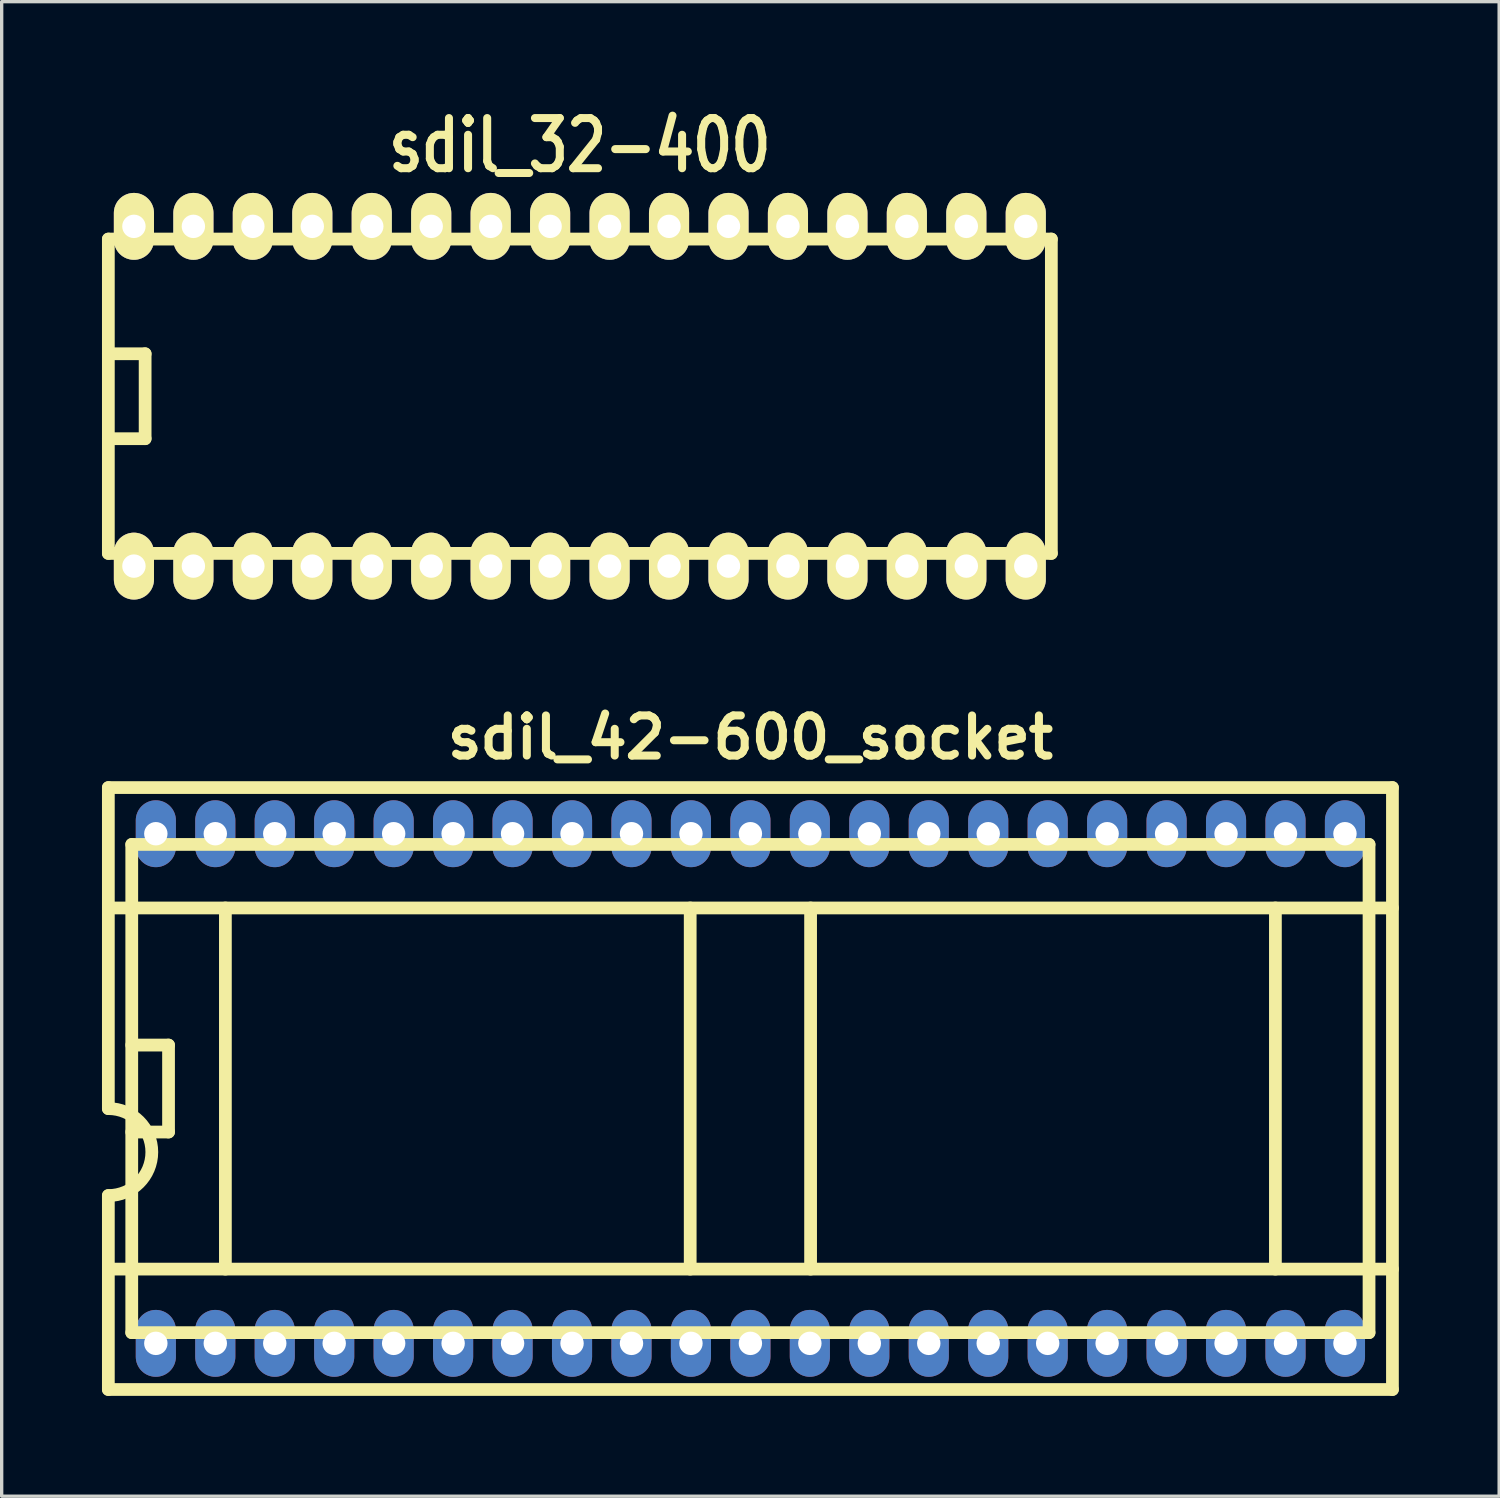
<source format=kicad_pcb>
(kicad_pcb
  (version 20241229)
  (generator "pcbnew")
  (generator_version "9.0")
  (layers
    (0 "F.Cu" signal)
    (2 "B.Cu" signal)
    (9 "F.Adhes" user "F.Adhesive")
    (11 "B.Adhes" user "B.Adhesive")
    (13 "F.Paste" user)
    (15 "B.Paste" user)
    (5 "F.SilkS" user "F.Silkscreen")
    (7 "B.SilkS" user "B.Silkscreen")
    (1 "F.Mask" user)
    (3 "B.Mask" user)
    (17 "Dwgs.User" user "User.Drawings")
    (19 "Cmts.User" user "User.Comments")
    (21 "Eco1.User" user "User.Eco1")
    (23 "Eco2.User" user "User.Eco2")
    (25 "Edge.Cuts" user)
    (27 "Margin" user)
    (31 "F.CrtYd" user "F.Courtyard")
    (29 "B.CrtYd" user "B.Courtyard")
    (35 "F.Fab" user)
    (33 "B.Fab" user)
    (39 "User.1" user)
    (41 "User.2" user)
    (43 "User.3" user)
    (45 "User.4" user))
  (footprint "sdil_32-400"
    (layer "F.Cu")
    (at 14.29 8.799)
    (property "Reference" "sdil_32-400" (at 0 -7.5 0) (layer "F.SilkS") (effects (font (size 1.5 1.2) (thickness 0.24))))
    (attr through_hole)
    (fp_line (start -14.1 -4.7) (end -14.1 4.7) (stroke (width 0.381) (type solid)) (layer "F.SilkS"))
    (fp_line (start -13 -1.27) (end -14.1 -1.27) (stroke (width 0.381) (type solid)) (layer "F.SilkS"))
    (fp_line (start -13 -1.27) (end -13 1.27) (stroke (width 0.381) (type solid)) (layer "F.SilkS"))
    (fp_line (start -13 1.27) (end -14.1 1.27) (stroke (width 0.381) (type solid)) (layer "F.SilkS"))
    (fp_line (start 14.1 -4.7) (end -14.1 -4.7) (stroke (width 0.381) (type solid)) (layer "F.SilkS"))
    (fp_line (start 14.1 4.7) (end -14.1 4.7) (stroke (width 0.381) (type solid)) (layer "F.SilkS"))
    (fp_line (start 14.1 4.7) (end 14.1 -4.7) (stroke (width 0.381) (type solid)) (layer "F.SilkS"))
    (pad "1" thru_hole oval (at -13.335 5.08) (size 1.2 2) (drill 0.7) (layers "*.Cu" "*.Mask" "F.SilkS"))
    (pad "2" thru_hole oval (at -11.557 5.08) (size 1.2 2) (drill 0.7) (layers "*.Cu" "*.Mask" "F.SilkS"))
    (pad "3" thru_hole oval (at -9.779 5.08) (size 1.2 2) (drill 0.7) (layers "*.Cu" "*.Mask" "F.SilkS"))
    (pad "4" thru_hole oval (at -8.001 5.08) (size 1.2 2) (drill 0.7) (layers "*.Cu" "*.Mask" "F.SilkS"))
    (pad "5" thru_hole oval (at -6.223 5.08) (size 1.2 2) (drill 0.7) (layers "*.Cu" "*.Mask" "F.SilkS"))
    (pad "6" thru_hole oval (at -4.445 5.08) (size 1.2 2) (drill 0.7) (layers "*.Cu" "*.Mask" "F.SilkS"))
    (pad "7" thru_hole oval (at -2.667 5.08) (size 1.2 2) (drill 0.7) (layers "*.Cu" "*.Mask" "F.SilkS"))
    (pad "8" thru_hole oval (at -0.889 5.08) (size 1.2 2) (drill 0.7) (layers "*.Cu" "*.Mask" "F.SilkS"))
    (pad "9" thru_hole oval (at 0.889 5.08) (size 1.2 2) (drill 0.7) (layers "*.Cu" "*.Mask" "F.SilkS"))
    (pad "10" thru_hole oval (at 2.667 5.08) (size 1.2 2) (drill 0.7) (layers "*.Cu" "*.Mask" "F.SilkS"))
    (pad "11" thru_hole oval (at 4.445 5.08) (size 1.2 2) (drill 0.7) (layers "*.Cu" "*.Mask" "F.SilkS"))
    (pad "12" thru_hole oval (at 6.223 5.08) (size 1.2 2) (drill 0.7) (layers "*.Cu" "*.Mask" "F.SilkS"))
    (pad "13" thru_hole oval (at 8.001 5.08) (size 1.2 2) (drill 0.7) (layers "*.Cu" "*.Mask" "F.SilkS"))
    (pad "14" thru_hole oval (at 9.779 5.08) (size 1.2 2) (drill 0.7) (layers "*.Cu" "*.Mask" "F.SilkS"))
    (pad "15" thru_hole oval (at 11.557 5.08) (size 1.2 2) (drill 0.7) (layers "*.Cu" "*.Mask" "F.SilkS"))
    (pad "16" thru_hole oval (at 13.335 5.08) (size 1.2 2) (drill 0.7) (layers "*.Cu" "*.Mask" "F.SilkS"))
    (pad "17" thru_hole oval (at 13.335 -5.08) (size 1.2 2) (drill 0.7) (layers "*.Cu" "*.Mask" "F.SilkS"))
    (pad "18" thru_hole oval (at 11.557 -5.08) (size 1.2 2) (drill 0.7) (layers "*.Cu" "*.Mask" "F.SilkS"))
    (pad "19" thru_hole oval (at 9.779 -5.08) (size 1.2 2) (drill 0.7) (layers "*.Cu" "*.Mask" "F.SilkS"))
    (pad "20" thru_hole oval (at 8.001 -5.08) (size 1.2 2) (drill 0.7) (layers "*.Cu" "*.Mask" "F.SilkS"))
    (pad "21" thru_hole oval (at 6.223 -5.08) (size 1.2 2) (drill 0.7) (layers "*.Cu" "*.Mask" "F.SilkS"))
    (pad "22" thru_hole oval (at 4.445 -5.08) (size 1.2 2) (drill 0.7) (layers "*.Cu" "*.Mask" "F.SilkS"))
    (pad "23" thru_hole oval (at 2.667 -5.08) (size 1.2 2) (drill 0.7) (layers "*.Cu" "*.Mask" "F.SilkS"))
    (pad "24" thru_hole oval (at 0.889 -5.08) (size 1.2 2) (drill 0.7) (layers "*.Cu" "*.Mask" "F.SilkS"))
    (pad "25" thru_hole oval (at -0.889 -5.08) (size 1.2 2) (drill 0.7) (layers "*.Cu" "*.Mask" "F.SilkS"))
    (pad "26" thru_hole oval (at -2.667 -5.08) (size 1.2 2) (drill 0.7) (layers "*.Cu" "*.Mask" "F.SilkS"))
    (pad "27" thru_hole oval (at -4.445 -5.08) (size 1.2 2) (drill 0.7) (layers "*.Cu" "*.Mask" "F.SilkS"))
    (pad "28" thru_hole oval (at -6.223 -5.08) (size 1.2 2) (drill 0.7) (layers "*.Cu" "*.Mask" "F.SilkS"))
    (pad "29" thru_hole oval (at -8.001 -5.08) (size 1.2 2) (drill 0.7) (layers "*.Cu" "*.Mask" "F.SilkS"))
    (pad "30" thru_hole oval (at -9.779 -5.08) (size 1.2 2) (drill 0.7) (layers "*.Cu" "*.Mask" "F.SilkS"))
    (pad "31" thru_hole oval (at -11.557 -5.08) (size 1.2 2) (drill 0.7) (layers "*.Cu" "*.Mask" "F.SilkS"))
    (pad "32" thru_hole oval (at -13.335 -5.08) (size 1.2 2) (drill 0.7) (layers "*.Cu" "*.Mask" "F.SilkS")))
  (footprint "sdil_42-600_socket"
    (layer "F.Cu")
    (at 19.39 29.502)
    (property "Reference" "sdil_42-600_socket" (at 0 -10.5 0) (layer "F.SilkS") (effects (font (size 1.2 1.2) (thickness 0.24))))
    (attr through_hole)
    (fp_line (start -19.2 -9) (end -19.2 0.6) (stroke (width 0.381) (type solid)) (layer "F.SilkS"))
    (fp_line (start -19.2 -5.4) (end 19.2 -5.4) (stroke (width 0.381) (type solid)) (layer "F.SilkS"))
    (fp_line (start -19.2 3.2) (end -19.2 9) (stroke (width 0.381) (type solid)) (layer "F.SilkS"))
    (fp_line (start -19.2 5.4) (end 19.2 5.4) (stroke (width 0.381) (type solid)) (layer "F.SilkS"))
    (fp_line (start -19.2 9) (end 19.2 9) (stroke (width 0.381) (type solid)) (layer "F.SilkS"))
    (fp_line (start -18.5 -7.3) (end -18.5 7.3) (stroke (width 0.381) (type solid)) (layer "F.SilkS"))
    (fp_line (start -17.4 -1.3) (end -18.5 -1.3) (stroke (width 0.381) (type solid)) (layer "F.SilkS"))
    (fp_line (start -17.4 -1.3) (end -17.4 1.3) (stroke (width 0.381) (type solid)) (layer "F.SilkS"))
    (fp_line (start -17.4 1.3) (end -18.5 1.3) (stroke (width 0.381) (type solid)) (layer "F.SilkS"))
    (fp_line (start -15.7 -5.4) (end -15.7 5.4) (stroke (width 0.381) (type solid)) (layer "F.SilkS"))
    (fp_line (start -1.8 -5.4) (end -1.8 5.4) (stroke (width 0.381) (type solid)) (layer "F.SilkS"))
    (fp_line (start 1.8 -5.4) (end 1.8 5.4) (stroke (width 0.381) (type solid)) (layer "F.SilkS"))
    (fp_line (start 15.7 -5.4) (end 15.7 5.4) (stroke (width 0.381) (type solid)) (layer "F.SilkS"))
    (fp_line (start 18.5 -7.3) (end -18.5 -7.3) (stroke (width 0.381) (type solid)) (layer "F.SilkS"))
    (fp_line (start 18.5 7.3) (end -18.5 7.3) (stroke (width 0.381) (type solid)) (layer "F.SilkS"))
    (fp_line (start 18.5 7.3) (end 18.5 -7.3) (stroke (width 0.381) (type solid)) (layer "F.SilkS"))
    (fp_line (start 19.2 -9) (end -19.2 -9) (stroke (width 0.381) (type solid)) (layer "F.SilkS"))
    (fp_line (start 19.2 9) (end 19.2 -9) (stroke (width 0.381) (type solid)) (layer "F.SilkS"))
    (fp_arc (start -19.2 0.6) (mid -17.9 1.9) (end -19.2 3.2) (stroke (width 0.381) (type solid)) (layer "F.SilkS"))
    (pad "1" thru_hole oval (at -17.78 7.62) (size 1.2 2) (drill 0.7) (layers "*.Cu" "*.Mask"))
    (pad "2" thru_hole oval (at -16.002 7.62) (size 1.2 2) (drill 0.7) (layers "*.Cu" "*.Mask"))
    (pad "3" thru_hole oval (at -14.224 7.62) (size 1.2 2) (drill 0.7) (layers "*.Cu" "*.Mask"))
    (pad "4" thru_hole oval (at -12.446 7.62) (size 1.2 2) (drill 0.7) (layers "*.Cu" "*.Mask"))
    (pad "5" thru_hole oval (at -10.668 7.62) (size 1.2 2) (drill 0.7) (layers "*.Cu" "*.Mask"))
    (pad "6" thru_hole oval (at -8.89 7.62) (size 1.2 2) (drill 0.7) (layers "*.Cu" "*.Mask"))
    (pad "7" thru_hole oval (at -7.112 7.62) (size 1.2 2) (drill 0.7) (layers "*.Cu" "*.Mask"))
    (pad "8" thru_hole oval (at -5.334 7.62) (size 1.2 2) (drill 0.7) (layers "*.Cu" "*.Mask"))
    (pad "9" thru_hole oval (at -3.556 7.62) (size 1.2 2) (drill 0.7) (layers "*.Cu" "*.Mask"))
    (pad "10" thru_hole oval (at -1.778 7.62) (size 1.2 2) (drill 0.7) (layers "*.Cu" "*.Mask"))
    (pad "11" thru_hole oval (at 0 7.62) (size 1.2 2) (drill 0.7) (layers "*.Cu" "*.Mask"))
    (pad "12" thru_hole oval (at 1.778 7.62) (size 1.2 2) (drill 0.7) (layers "*.Cu" "*.Mask"))
    (pad "13" thru_hole oval (at 3.556 7.62) (size 1.2 2) (drill 0.7) (layers "*.Cu" "*.Mask"))
    (pad "14" thru_hole oval (at 5.334 7.62) (size 1.2 2) (drill 0.7) (layers "*.Cu" "*.Mask"))
    (pad "15" thru_hole oval (at 7.112 7.62) (size 1.2 2) (drill 0.7) (layers "*.Cu" "*.Mask"))
    (pad "16" thru_hole oval (at 8.89 7.62) (size 1.2 2) (drill 0.7) (layers "*.Cu" "*.Mask"))
    (pad "17" thru_hole oval (at 10.668 7.62) (size 1.2 2) (drill 0.7) (layers "*.Cu" "*.Mask"))
    (pad "18" thru_hole oval (at 12.446 7.62) (size 1.2 2) (drill 0.7) (layers "*.Cu" "*.Mask"))
    (pad "19" thru_hole oval (at 14.224 7.62) (size 1.2 2) (drill 0.7) (layers "*.Cu" "*.Mask"))
    (pad "20" thru_hole oval (at 16.002 7.62) (size 1.2 2) (drill 0.7) (layers "*.Cu" "*.Mask"))
    (pad "21" thru_hole oval (at 17.78 7.62) (size 1.2 2) (drill 0.7) (layers "*.Cu" "*.Mask"))
    (pad "22" thru_hole oval (at 17.78 -7.62) (size 1.2 2) (drill 0.7) (layers "*.Cu" "*.Mask"))
    (pad "23" thru_hole oval (at 16.002 -7.62) (size 1.2 2) (drill 0.7) (layers "*.Cu" "*.Mask"))
    (pad "24" thru_hole oval (at 14.224 -7.62) (size 1.2 2) (drill 0.7) (layers "*.Cu" "*.Mask"))
    (pad "25" thru_hole oval (at 12.446 -7.62) (size 1.2 2) (drill 0.7) (layers "*.Cu" "*.Mask"))
    (pad "26" thru_hole oval (at 10.668 -7.62) (size 1.2 2) (drill 0.7) (layers "*.Cu" "*.Mask"))
    (pad "27" thru_hole oval (at 8.89 -7.62) (size 1.2 2) (drill 0.7) (layers "*.Cu" "*.Mask"))
    (pad "28" thru_hole oval (at 7.112 -7.62) (size 1.2 2) (drill 0.7) (layers "*.Cu" "*.Mask"))
    (pad "29" thru_hole oval (at 5.334 -7.62) (size 1.2 2) (drill 0.7) (layers "*.Cu" "*.Mask"))
    (pad "30" thru_hole oval (at 3.556 -7.62) (size 1.2 2) (drill 0.7) (layers "*.Cu" "*.Mask"))
    (pad "31" thru_hole oval (at 1.778 -7.62) (size 1.2 2) (drill 0.7) (layers "*.Cu" "*.Mask"))
    (pad "32" thru_hole oval (at 0 -7.62) (size 1.2 2) (drill 0.7) (layers "*.Cu" "*.Mask"))
    (pad "33" thru_hole oval (at -1.778 -7.62) (size 1.2 2) (drill 0.7) (layers "*.Cu" "*.Mask"))
    (pad "34" thru_hole oval (at -3.556 -7.62) (size 1.2 2) (drill 0.7) (layers "*.Cu" "*.Mask"))
    (pad "35" thru_hole oval (at -5.334 -7.62) (size 1.2 2) (drill 0.7) (layers "*.Cu" "*.Mask"))
    (pad "36" thru_hole oval (at -7.112 -7.62) (size 1.2 2) (drill 0.7) (layers "*.Cu" "*.Mask"))
    (pad "37" thru_hole oval (at -8.89 -7.62) (size 1.2 2) (drill 0.7) (layers "*.Cu" "*.Mask"))
    (pad "38" thru_hole oval (at -10.668 -7.62) (size 1.2 2) (drill 0.7) (layers "*.Cu" "*.Mask"))
    (pad "39" thru_hole oval (at -12.446 -7.62) (size 1.2 2) (drill 0.7) (layers "*.Cu" "*.Mask"))
    (pad "40" thru_hole oval (at -14.224 -7.62) (size 1.2 2) (drill 0.7) (layers "*.Cu" "*.Mask"))
    (pad "41" thru_hole oval (at -16.002 -7.62) (size 1.2 2) (drill 0.7) (layers "*.Cu" "*.Mask"))
    (pad "42" thru_hole oval (at -17.78 -7.62) (size 1.2 2) (drill 0.7) (layers "*.Cu" "*.Mask")))
  (gr_rect
    (start -3 -3)
    (end 41.781 41.692)
    (stroke (width 0.1) (type default))
    (fill no)
    (layer "Edge.Cuts")))
</source>
